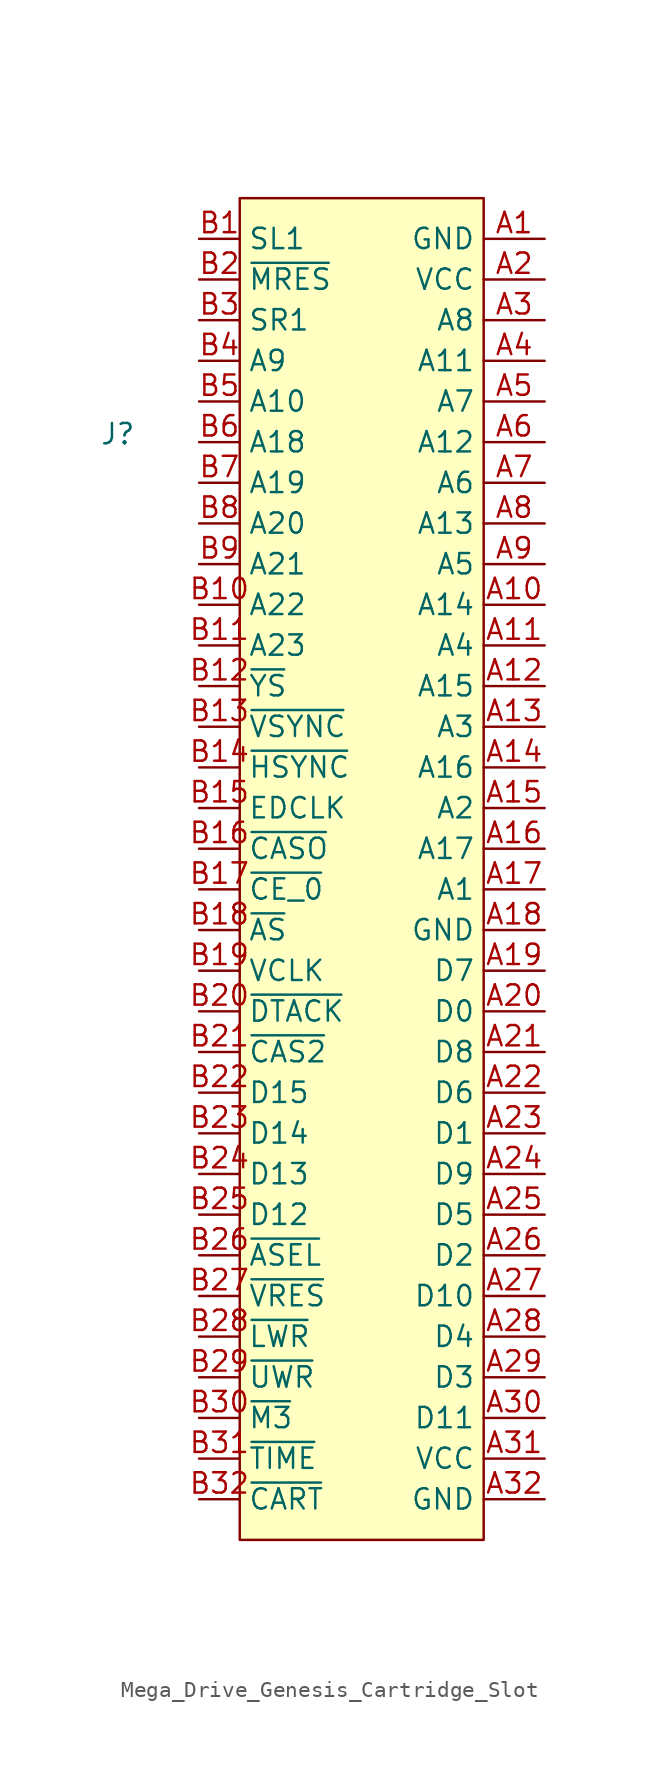
<source format=kicad_sym>
(kicad_symbol_lib
  (version 20241209)
  (generator "kicad_symbol_editor")
  (generator_version "9.0")
  (symbol "Mega_Drive_Genesis_Cartridge_Slot"
    (property "Reference" "J"
      (at -15.24 27.178 0)
      (effects (font (size 1.27 1.27))))
    (property "Value" ""
      (at 0 0 0)
      (effects (font (size 1.27 1.27))))
    (symbol "Mega_Drive_Genesis_Cartridge_Slot_0_0"
      (pin unspecified line (at -10.16 39.37 0) (length 2.54) (name "SL1" (effects (font (size 1.27 1.27)))) (number "B1" (effects (font (size 1.27 1.27)))))
      (pin unspecified line (at -10.16 36.83 0) (length 2.54) (name "~{MRES}" (effects (font (size 1.27 1.27)))) (number "B2" (effects (font (size 1.27 1.27)))))
      (pin unspecified line (at -10.16 34.29 0) (length 2.54) (name "SR1" (effects (font (size 1.27 1.27)))) (number "B3" (effects (font (size 1.27 1.27)))))
      (pin unspecified line (at -10.16 31.75 0) (length 2.54) (name "A9" (effects (font (size 1.27 1.27)))) (number "B4" (effects (font (size 1.27 1.27)))))
      (pin unspecified line (at -10.16 29.21 0) (length 2.54) (name "A10" (effects (font (size 1.27 1.27)))) (number "B5" (effects (font (size 1.27 1.27)))))
      (pin unspecified line (at -10.16 26.67 0) (length 2.54) (name "A18" (effects (font (size 1.27 1.27)))) (number "B6" (effects (font (size 1.27 1.27)))))
      (pin unspecified line (at -10.16 24.13 0) (length 2.54) (name "A19" (effects (font (size 1.27 1.27)))) (number "B7" (effects (font (size 1.27 1.27)))))
      (pin unspecified line (at -10.16 21.59 0) (length 2.54) (name "A20" (effects (font (size 1.27 1.27)))) (number "B8" (effects (font (size 1.27 1.27)))))
      (pin unspecified line (at -10.16 19.05 0) (length 2.54) (name "A21" (effects (font (size 1.27 1.27)))) (number "B9" (effects (font (size 1.27 1.27)))))
      (pin unspecified line (at -10.16 16.51 0) (length 2.54) (name "A22" (effects (font (size 1.27 1.27)))) (number "B10" (effects (font (size 1.27 1.27)))))
      (pin unspecified line (at -10.16 13.97 0) (length 2.54) (name "A23" (effects (font (size 1.27 1.27)))) (number "B11" (effects (font (size 1.27 1.27)))))
      (pin unspecified line (at -10.16 11.43 0) (length 2.54) (name "~{YS}" (effects (font (size 1.27 1.27)))) (number "B12" (effects (font (size 1.27 1.27)))))
      (pin unspecified line (at -10.16 8.89 0) (length 2.54) (name "~{VSYNC}" (effects (font (size 1.27 1.27)))) (number "B13" (effects (font (size 1.27 1.27)))))
      (pin unspecified line (at -10.16 6.35 0) (length 2.54) (name "~{HSYNC}" (effects (font (size 1.27 1.27)))) (number "B14" (effects (font (size 1.27 1.27)))))
      (pin unspecified line (at -10.16 3.81 0) (length 2.54) (name "EDCLK" (effects (font (size 1.27 1.27)))) (number "B15" (effects (font (size 1.27 1.27)))))
      (pin unspecified line (at -10.16 1.27 0) (length 2.54) (name "~{CASO}" (effects (font (size 1.27 1.27)))) (number "B16" (effects (font (size 1.27 1.27)))))
      (pin unspecified line (at -10.16 -1.27 0) (length 2.54) (name "~{CE_0}" (effects (font (size 1.27 1.27)))) (number "B17" (effects (font (size 1.27 1.27)))))
      (pin unspecified line (at -10.16 -3.81 0) (length 2.54) (name "~{AS}" (effects (font (size 1.27 1.27)))) (number "B18" (effects (font (size 1.27 1.27)))))
      (pin unspecified line (at -10.16 -6.35 0) (length 2.54) (name "VCLK" (effects (font (size 1.27 1.27)))) (number "B19" (effects (font (size 1.27 1.27)))))
      (pin unspecified line (at -10.16 -8.89 0) (length 2.54) (name "~{DTACK}" (effects (font (size 1.27 1.27)))) (number "B20" (effects (font (size 1.27 1.27)))))
      (pin unspecified line (at -10.16 -11.43 0) (length 2.54) (name "~{CAS2}" (effects (font (size 1.27 1.27)))) (number "B21" (effects (font (size 1.27 1.27)))))
      (pin unspecified line (at -10.16 -13.97 0) (length 2.54) (name "D15" (effects (font (size 1.27 1.27)))) (number "B22" (effects (font (size 1.27 1.27)))))
      (pin unspecified line (at -10.16 -16.51 0) (length 2.54) (name "D14" (effects (font (size 1.27 1.27)))) (number "B23" (effects (font (size 1.27 1.27)))))
      (pin unspecified line (at -10.16 -19.05 0) (length 2.54) (name "D13" (effects (font (size 1.27 1.27)))) (number "B24" (effects (font (size 1.27 1.27)))))
      (pin unspecified line (at -10.16 -21.59 0) (length 2.54) (name "D12" (effects (font (size 1.27 1.27)))) (number "B25" (effects (font (size 1.27 1.27)))))
      (pin unspecified line (at -10.16 -24.13 0) (length 2.54) (name "~{ASEL}" (effects (font (size 1.27 1.27)))) (number "B26" (effects (font (size 1.27 1.27)))))
      (pin unspecified line (at -10.16 -26.67 0) (length 2.54) (name "~{VRES}" (effects (font (size 1.27 1.27)))) (number "B27" (effects (font (size 1.27 1.27)))))
      (pin unspecified line (at -10.16 -29.21 0) (length 2.54) (name "~{LWR}" (effects (font (size 1.27 1.27)))) (number "B28" (effects (font (size 1.27 1.27)))))
      (pin unspecified line (at -10.16 -31.75 0) (length 2.54) (name "~{UWR}" (effects (font (size 1.27 1.27)))) (number "B29" (effects (font (size 1.27 1.27)))))
      (pin unspecified line (at -10.16 -34.29 0) (length 2.54) (name "~{M3}" (effects (font (size 1.27 1.27)))) (number "B30" (effects (font (size 1.27 1.27)))))
      (pin unspecified line (at -10.16 -36.83 0) (length 2.54) (name "~{TIME}" (effects (font (size 1.27 1.27)))) (number "B31" (effects (font (size 1.27 1.27)))))
      (pin unspecified line (at -10.16 -39.37 0) (length 2.54) (name "~{CART}" (effects (font (size 1.27 1.27)))) (number "B32" (effects (font (size 1.27 1.27)))))
      (pin unspecified line (at 11.43 39.37 180) (length 3.81) (name "GND" (effects (font (size 1.27 1.27)))) (number "A1" (effects (font (size 1.27 1.27)))))
      (pin unspecified line (at 11.43 36.83 180) (length 3.81) (name "VCC" (effects (font (size 1.27 1.27)))) (number "A2" (effects (font (size 1.27 1.27)))))
      (pin unspecified line (at 11.43 34.29 180) (length 3.81) (name "A8" (effects (font (size 1.27 1.27)))) (number "A3" (effects (font (size 1.27 1.27)))))
      (pin unspecified line (at 11.43 31.75 180) (length 3.81) (name "A11" (effects (font (size 1.27 1.27)))) (number "A4" (effects (font (size 1.27 1.27)))))
      (pin unspecified line (at 11.43 29.21 180) (length 3.81) (name "A7" (effects (font (size 1.27 1.27)))) (number "A5" (effects (font (size 1.27 1.27)))))
      (pin unspecified line (at 11.43 26.67 180) (length 3.81) (name "A12" (effects (font (size 1.27 1.27)))) (number "A6" (effects (font (size 1.27 1.27)))))
      (pin unspecified line (at 11.43 24.13 180) (length 3.81) (name "A6" (effects (font (size 1.27 1.27)))) (number "A7" (effects (font (size 1.27 1.27)))))
      (pin unspecified line (at 11.43 21.59 180) (length 3.81) (name "A13" (effects (font (size 1.27 1.27)))) (number "A8" (effects (font (size 1.27 1.27)))))
      (pin unspecified line (at 11.43 19.05 180) (length 3.81) (name "A5" (effects (font (size 1.27 1.27)))) (number "A9" (effects (font (size 1.27 1.27)))))
      (pin unspecified line (at 11.43 16.51 180) (length 3.81) (name "A14" (effects (font (size 1.27 1.27)))) (number "A10" (effects (font (size 1.27 1.27)))))
      (pin unspecified line (at 11.43 13.97 180) (length 3.81) (name "A4" (effects (font (size 1.27 1.27)))) (number "A11" (effects (font (size 1.27 1.27)))))
      (pin unspecified line (at 11.43 11.43 180) (length 3.81) (name "A15" (effects (font (size 1.27 1.27)))) (number "A12" (effects (font (size 1.27 1.27)))))
      (pin unspecified line (at 11.43 8.89 180) (length 3.81) (name "A3" (effects (font (size 1.27 1.27)))) (number "A13" (effects (font (size 1.27 1.27)))))
      (pin unspecified line (at 11.43 6.35 180) (length 3.81) (name "A16" (effects (font (size 1.27 1.27)))) (number "A14" (effects (font (size 1.27 1.27)))))
      (pin unspecified line (at 11.43 3.81 180) (length 3.81) (name "A2" (effects (font (size 1.27 1.27)))) (number "A15" (effects (font (size 1.27 1.27)))))
      (pin unspecified line (at 11.43 1.27 180) (length 3.81) (name "A17" (effects (font (size 1.27 1.27)))) (number "A16" (effects (font (size 1.27 1.27)))))
      (pin unspecified line (at 11.43 -1.27 180) (length 3.81) (name "A1" (effects (font (size 1.27 1.27)))) (number "A17" (effects (font (size 1.27 1.27)))))
      (pin unspecified line (at 11.43 -3.81 180) (length 3.81) (name "GND" (effects (font (size 1.27 1.27)))) (number "A18" (effects (font (size 1.27 1.27)))))
      (pin unspecified line (at 11.43 -6.35 180) (length 3.81) (name "D7" (effects (font (size 1.27 1.27)))) (number "A19" (effects (font (size 1.27 1.27)))))
      (pin unspecified line (at 11.43 -8.89 180) (length 3.81) (name "D0" (effects (font (size 1.27 1.27)))) (number "A20" (effects (font (size 1.27 1.27)))))
      (pin unspecified line (at 11.43 -11.43 180) (length 3.81) (name "D8" (effects (font (size 1.27 1.27)))) (number "A21" (effects (font (size 1.27 1.27)))))
      (pin unspecified line (at 11.43 -13.97 180) (length 3.81) (name "D6" (effects (font (size 1.27 1.27)))) (number "A22" (effects (font (size 1.27 1.27)))))
      (pin unspecified line (at 11.43 -16.51 180) (length 3.81) (name "D1" (effects (font (size 1.27 1.27)))) (number "A23" (effects (font (size 1.27 1.27)))))
      (pin unspecified line (at 11.43 -19.05 180) (length 3.81) (name "D9" (effects (font (size 1.27 1.27)))) (number "A24" (effects (font (size 1.27 1.27)))))
      (pin unspecified line (at 11.43 -21.59 180) (length 3.81) (name "D5" (effects (font (size 1.27 1.27)))) (number "A25" (effects (font (size 1.27 1.27)))))
      (pin unspecified line (at 11.43 -24.13 180) (length 3.81) (name "D2" (effects (font (size 1.27 1.27)))) (number "A26" (effects (font (size 1.27 1.27)))))
      (pin unspecified line (at 11.43 -26.67 180) (length 3.81) (name "D10" (effects (font (size 1.27 1.27)))) (number "A27" (effects (font (size 1.27 1.27)))))
      (pin unspecified line (at 11.43 -29.21 180) (length 3.81) (name "D4" (effects (font (size 1.27 1.27)))) (number "A28" (effects (font (size 1.27 1.27)))))
      (pin unspecified line (at 11.43 -31.75 180) (length 3.81) (name "D3" (effects (font (size 1.27 1.27)))) (number "A29" (effects (font (size 1.27 1.27)))))
      (pin unspecified line (at 11.43 -34.29 180) (length 3.81) (name "D11" (effects (font (size 1.27 1.27)))) (number "A30" (effects (font (size 1.27 1.27)))))
      (pin unspecified line (at 11.43 -36.83 180) (length 3.81) (name "VCC" (effects (font (size 1.27 1.27)))) (number "A31" (effects (font (size 1.27 1.27)))))
      (pin unspecified line (at 11.43 -39.37 180) (length 3.81) (name "GND" (effects (font (size 1.27 1.27)))) (number "A32" (effects (font (size 1.27 1.27))))))
    (symbol "Mega_Drive_Genesis_Cartridge_Slot_1_1"
      (rectangle (start -7.62 41.91) (end 7.62 -41.91) (stroke (width 0) (type solid)) (fill (type background))))))
</source>
